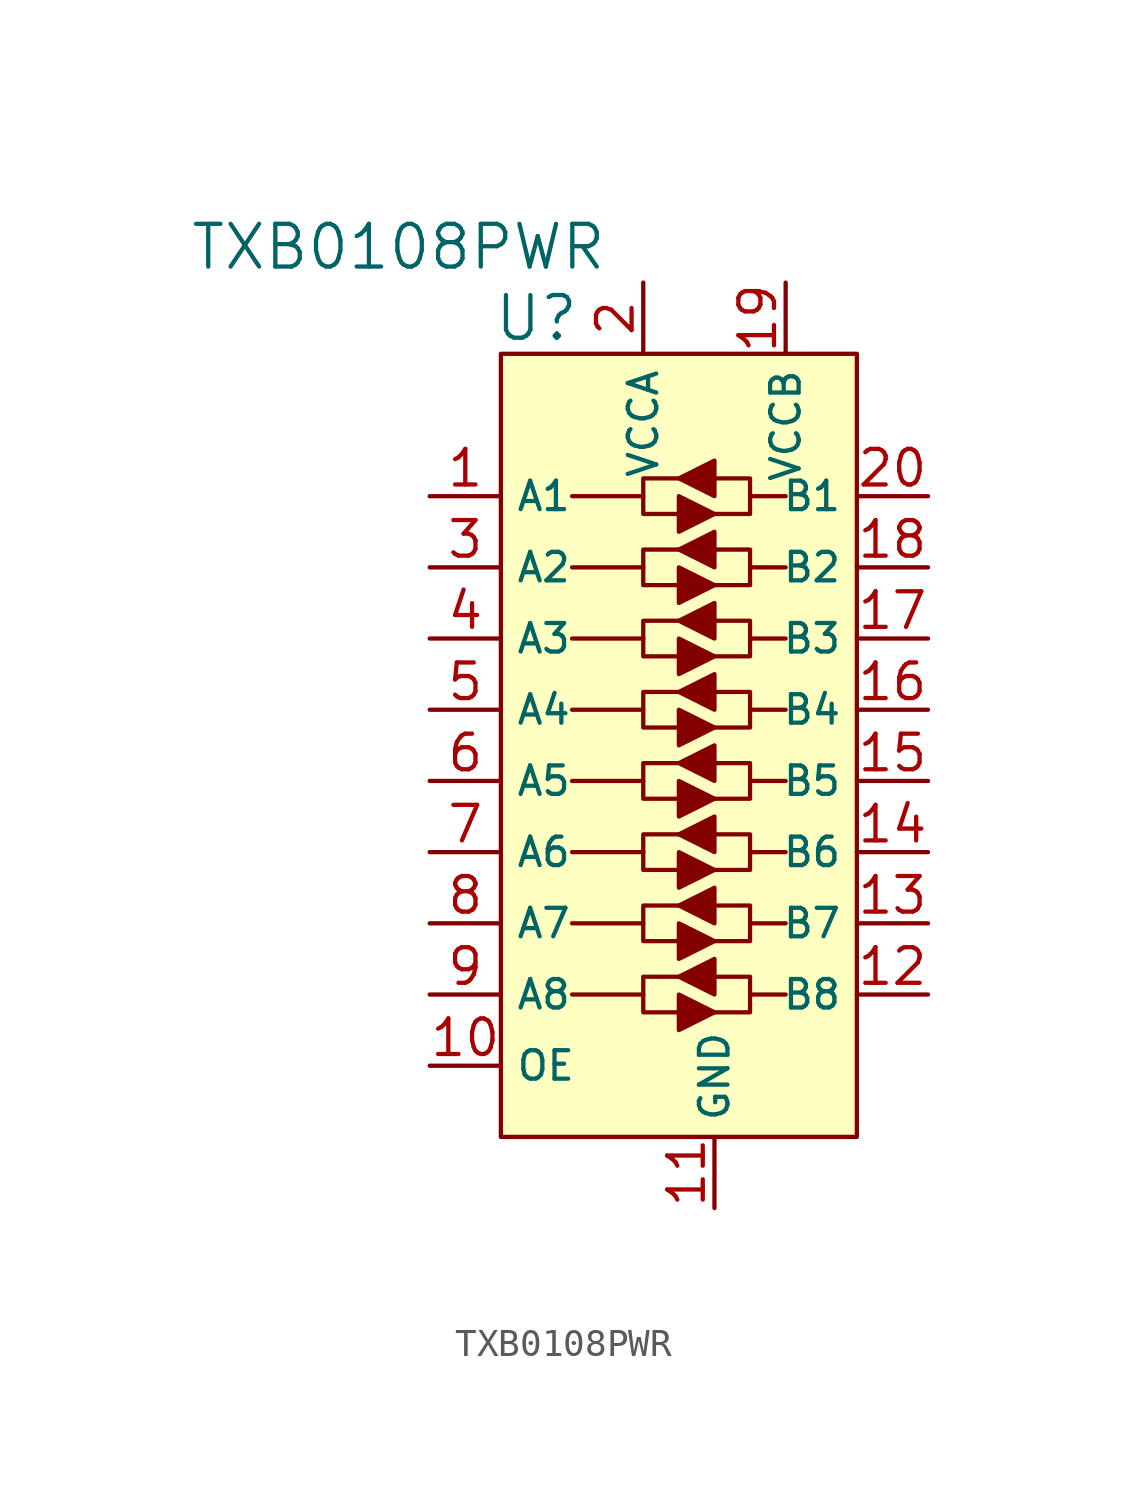
<source format=kicad_sym>
(kicad_symbol_lib
  (version 20220914)
  (generator kicad_symbol_editor)
  (symbol "TXB0108PWR"
    (property "Reference" "U"
      (at -6.35 13.97 0)
      (effects (font (size 1.524 1.524))))
    (property "Value" "TXB0108PWR"
      (at -3.81 16.51 0)
      (effects (font (size 1.524 1.524)) (justify right)))
    (symbol "TXB0108PWR_0_1"
      (rectangle (start -7.62 12.7) (end 5.08 -15.24) (stroke (width 0) (type default)) (fill (type background)))
      (polyline (pts (xy -5.08 -10.16) (xy -2.54 -10.16)) (stroke (width 0) (type default)) (fill (type none)))
      (polyline (pts (xy -5.08 -5.08) (xy -2.54 -5.08)) (stroke (width 0) (type default)) (fill (type none)))
      (polyline (pts (xy -5.08 0) (xy -2.54 0)) (stroke (width 0) (type default)) (fill (type none)))
      (polyline (pts (xy -5.08 7.62) (xy -2.54 7.62)) (stroke (width 0) (type default)) (fill (type none)))
      (polyline (pts (xy -2.54 -7.62) (xy -5.08 -7.62)) (stroke (width 0) (type default)) (fill (type none)))
      (polyline (pts (xy -2.54 -2.54) (xy -5.08 -2.54)) (stroke (width 0) (type default)) (fill (type none)))
      (polyline (pts (xy -2.54 2.54) (xy -5.08 2.54)) (stroke (width 0) (type default)) (fill (type none)))
      (polyline (pts (xy -2.54 5.08) (xy -5.08 5.08)) (stroke (width 0) (type default)) (fill (type none)))
      (polyline (pts (xy 1.27 -10.16) (xy 2.54 -10.16)) (stroke (width 0) (type default)) (fill (type none)))
      (polyline (pts (xy 1.27 -5.08) (xy 2.54 -5.08)) (stroke (width 0) (type default)) (fill (type none)))
      (polyline (pts (xy 1.27 0) (xy 2.54 0)) (stroke (width 0) (type default)) (fill (type none)))
      (polyline (pts (xy 1.27 7.62) (xy 2.54 7.62)) (stroke (width 0) (type default)) (fill (type none)))
      (polyline (pts (xy 2.54 -7.62) (xy 1.27 -7.62)) (stroke (width 0) (type default)) (fill (type none)))
      (polyline (pts (xy 2.54 -2.54) (xy 1.27 -2.54)) (stroke (width 0) (type default)) (fill (type none)))
      (polyline (pts (xy 2.54 2.54) (xy 1.27 2.54)) (stroke (width 0) (type default)) (fill (type none)))
      (polyline (pts (xy 2.54 5.08) (xy 1.27 5.08)) (stroke (width 0) (type default)) (fill (type none)))
      (polyline (pts (xy -1.27 -10.16) (xy -1.27 -11.43) (xy 0 -10.795) (xy -1.27 -10.16)) (stroke (width 0) (type default)) (fill (type outline)))
      (polyline (pts (xy -1.27 -9.525) (xy -2.54 -9.525) (xy -2.54 -10.795) (xy -1.27 -10.795)) (stroke (width 0) (type default)) (fill (type none)))
      (polyline (pts (xy -1.27 -9.525) (xy 0 -10.16) (xy 0 -8.89) (xy -1.27 -9.525)) (stroke (width 0) (type default)) (fill (type outline)))
      (polyline (pts (xy -1.27 -7.62) (xy -1.27 -8.89) (xy 0 -8.255) (xy -1.27 -7.62)) (stroke (width 0) (type default)) (fill (type outline)))
      (polyline (pts (xy -1.27 -6.985) (xy -2.54 -6.985) (xy -2.54 -8.255) (xy -1.27 -8.255)) (stroke (width 0) (type default)) (fill (type none)))
      (polyline (pts (xy -1.27 -6.985) (xy 0 -7.62) (xy 0 -6.35) (xy -1.27 -6.985)) (stroke (width 0) (type default)) (fill (type outline)))
      (polyline (pts (xy -1.27 -5.08) (xy -1.27 -6.35) (xy 0 -5.715) (xy -1.27 -5.08)) (stroke (width 0) (type default)) (fill (type outline)))
      (polyline (pts (xy -1.27 -4.445) (xy -2.54 -4.445) (xy -2.54 -5.715) (xy -1.27 -5.715)) (stroke (width 0) (type default)) (fill (type none)))
      (polyline (pts (xy -1.27 -4.445) (xy 0 -5.08) (xy 0 -3.81) (xy -1.27 -4.445)) (stroke (width 0) (type default)) (fill (type outline)))
      (polyline (pts (xy -1.27 -2.54) (xy -1.27 -3.81) (xy 0 -3.175) (xy -1.27 -2.54)) (stroke (width 0) (type default)) (fill (type outline)))
      (polyline (pts (xy -1.27 -1.905) (xy -2.54 -1.905) (xy -2.54 -3.175) (xy -1.27 -3.175)) (stroke (width 0) (type default)) (fill (type none)))
      (polyline (pts (xy -1.27 -1.905) (xy 0 -2.54) (xy 0 -1.27) (xy -1.27 -1.905)) (stroke (width 0) (type default)) (fill (type outline)))
      (polyline (pts (xy -1.27 0) (xy -1.27 -1.27) (xy 0 -0.635) (xy -1.27 0)) (stroke (width 0) (type default)) (fill (type outline)))
      (polyline (pts (xy -1.27 0.635) (xy -2.54 0.635) (xy -2.54 -0.635) (xy -1.27 -0.635)) (stroke (width 0) (type default)) (fill (type none)))
      (polyline (pts (xy -1.27 0.635) (xy 0 0) (xy 0 1.27) (xy -1.27 0.635)) (stroke (width 0) (type default)) (fill (type outline)))
      (polyline (pts (xy -1.27 2.54) (xy -1.27 1.27) (xy 0 1.905) (xy -1.27 2.54)) (stroke (width 0) (type default)) (fill (type outline)))
      (polyline (pts (xy -1.27 3.175) (xy -2.54 3.175) (xy -2.54 1.905) (xy -1.27 1.905)) (stroke (width 0) (type default)) (fill (type none)))
      (polyline (pts (xy -1.27 3.175) (xy 0 2.54) (xy 0 3.81) (xy -1.27 3.175)) (stroke (width 0) (type default)) (fill (type outline)))
      (polyline (pts (xy -1.27 5.08) (xy -1.27 3.81) (xy 0 4.445) (xy -1.27 5.08)) (stroke (width 0) (type default)) (fill (type outline)))
      (polyline (pts (xy -1.27 5.715) (xy -2.54 5.715) (xy -2.54 4.445) (xy -1.27 4.445)) (stroke (width 0) (type default)) (fill (type none)))
      (polyline (pts (xy -1.27 5.715) (xy 0 5.08) (xy 0 6.35) (xy -1.27 5.715)) (stroke (width 0) (type default)) (fill (type outline)))
      (polyline (pts (xy -1.27 7.62) (xy -1.27 6.35) (xy 0 6.985) (xy -1.27 7.62)) (stroke (width 0) (type default)) (fill (type outline)))
      (polyline (pts (xy -1.27 8.255) (xy -2.54 8.255) (xy -2.54 6.985) (xy -1.27 6.985)) (stroke (width 0) (type default)) (fill (type none)))
      (polyline (pts (xy -1.27 8.255) (xy 0 7.62) (xy 0 8.89) (xy -1.27 8.255)) (stroke (width 0) (type default)) (fill (type outline)))
      (polyline (pts (xy 0 -9.525) (xy 1.27 -9.525) (xy 1.27 -10.795) (xy 0 -10.795)) (stroke (width 0) (type default)) (fill (type none)))
      (polyline (pts (xy 0 -6.985) (xy 1.27 -6.985) (xy 1.27 -8.255) (xy 0 -8.255)) (stroke (width 0) (type default)) (fill (type none)))
      (polyline (pts (xy 0 -4.445) (xy 1.27 -4.445) (xy 1.27 -5.715) (xy 0 -5.715)) (stroke (width 0) (type default)) (fill (type none)))
      (polyline (pts (xy 0 -1.905) (xy 1.27 -1.905) (xy 1.27 -3.175) (xy 0 -3.175)) (stroke (width 0) (type default)) (fill (type none)))
      (polyline (pts (xy 0 0.635) (xy 1.27 0.635) (xy 1.27 -0.635) (xy 0 -0.635)) (stroke (width 0) (type default)) (fill (type none)))
      (polyline (pts (xy 0 3.175) (xy 1.27 3.175) (xy 1.27 1.905) (xy 0 1.905)) (stroke (width 0) (type default)) (fill (type none)))
      (polyline (pts (xy 0 5.715) (xy 1.27 5.715) (xy 1.27 4.445) (xy 0 4.445)) (stroke (width 0) (type default)) (fill (type none)))
      (polyline (pts (xy 0 8.255) (xy 1.27 8.255) (xy 1.27 6.985) (xy 0 6.985)) (stroke (width 0) (type default)) (fill (type none))))
    (symbol "TXB0108PWR_1_1"
      (pin bidirectional line (at -10.16 7.62 0) (length 2.54) (name "A1" (effects (font (size 1.016 1.016)))) (number "1" (effects (font (size 1.27 1.27)))))
      (pin input line (at -10.16 -12.7 0) (length 2.54) (name "OE" (effects (font (size 1.016 1.016)))) (number "10" (effects (font (size 1.27 1.27)))))
      (pin power_in line (at 0 -17.78 90) (length 2.54) (name "GND" (effects (font (size 1.016 1.016)))) (number "11" (effects (font (size 1.27 1.27)))))
      (pin bidirectional line (at 7.62 -10.16 180) (length 2.54) (name "B8" (effects (font (size 1.016 1.016)))) (number "12" (effects (font (size 1.27 1.27)))))
      (pin bidirectional line (at 7.62 -7.62 180) (length 2.54) (name "B7" (effects (font (size 1.016 1.016)))) (number "13" (effects (font (size 1.27 1.27)))))
      (pin bidirectional line (at 7.62 -5.08 180) (length 2.54) (name "B6" (effects (font (size 1.016 1.016)))) (number "14" (effects (font (size 1.27 1.27)))))
      (pin bidirectional line (at 7.62 -2.54 180) (length 2.54) (name "B5" (effects (font (size 1.016 1.016)))) (number "15" (effects (font (size 1.27 1.27)))))
      (pin bidirectional line (at 7.62 0 180) (length 2.54) (name "B4" (effects (font (size 1.016 1.016)))) (number "16" (effects (font (size 1.27 1.27)))))
      (pin bidirectional line (at 7.62 2.54 180) (length 2.54) (name "B3" (effects (font (size 1.016 1.016)))) (number "17" (effects (font (size 1.27 1.27)))))
      (pin bidirectional line (at 7.62 5.08 180) (length 2.54) (name "B2" (effects (font (size 1.016 1.016)))) (number "18" (effects (font (size 1.27 1.27)))))
      (pin power_in line (at 2.54 15.24 270) (length 2.54) (name "VCCB" (effects (font (size 1.016 1.016)))) (number "19" (effects (font (size 1.27 1.27)))))
      (pin power_in line (at -2.54 15.24 270) (length 2.54) (name "VCCA" (effects (font (size 1.016 1.016)))) (number "2" (effects (font (size 1.27 1.27)))))
      (pin bidirectional line (at 7.62 7.62 180) (length 2.54) (name "B1" (effects (font (size 1.016 1.016)))) (number "20" (effects (font (size 1.27 1.27)))))
      (pin bidirectional line (at -10.16 5.08 0) (length 2.54) (name "A2" (effects (font (size 1.016 1.016)))) (number "3" (effects (font (size 1.27 1.27)))))
      (pin bidirectional line (at -10.16 2.54 0) (length 2.54) (name "A3" (effects (font (size 1.016 1.016)))) (number "4" (effects (font (size 1.27 1.27)))))
      (pin bidirectional line (at -10.16 0 0) (length 2.54) (name "A4" (effects (font (size 1.016 1.016)))) (number "5" (effects (font (size 1.27 1.27)))))
      (pin bidirectional line (at -10.16 -2.54 0) (length 2.54) (name "A5" (effects (font (size 1.016 1.016)))) (number "6" (effects (font (size 1.27 1.27)))))
      (pin bidirectional line (at -10.16 -5.08 0) (length 2.54) (name "A6" (effects (font (size 1.016 1.016)))) (number "7" (effects (font (size 1.27 1.27)))))
      (pin bidirectional line (at -10.16 -7.62 0) (length 2.54) (name "A7" (effects (font (size 1.016 1.016)))) (number "8" (effects (font (size 1.27 1.27)))))
      (pin bidirectional line (at -10.16 -10.16 0) (length 2.54) (name "A8" (effects (font (size 1.016 1.016)))) (number "9" (effects (font (size 1.27 1.27))))))))
</source>
